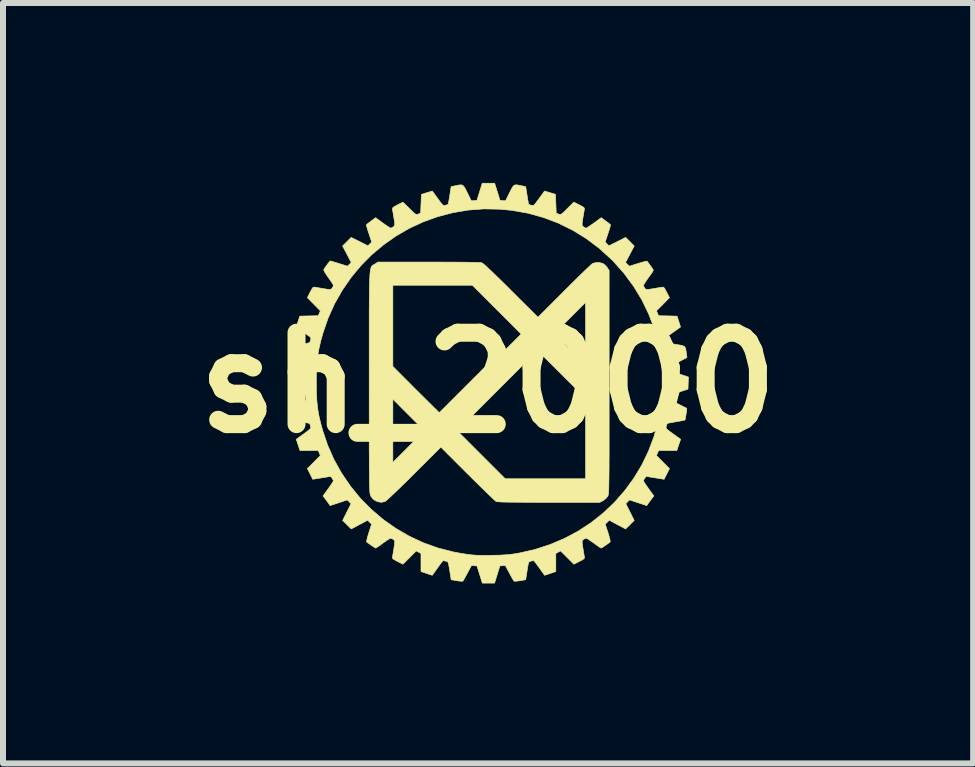
<source format=kicad_pcb>
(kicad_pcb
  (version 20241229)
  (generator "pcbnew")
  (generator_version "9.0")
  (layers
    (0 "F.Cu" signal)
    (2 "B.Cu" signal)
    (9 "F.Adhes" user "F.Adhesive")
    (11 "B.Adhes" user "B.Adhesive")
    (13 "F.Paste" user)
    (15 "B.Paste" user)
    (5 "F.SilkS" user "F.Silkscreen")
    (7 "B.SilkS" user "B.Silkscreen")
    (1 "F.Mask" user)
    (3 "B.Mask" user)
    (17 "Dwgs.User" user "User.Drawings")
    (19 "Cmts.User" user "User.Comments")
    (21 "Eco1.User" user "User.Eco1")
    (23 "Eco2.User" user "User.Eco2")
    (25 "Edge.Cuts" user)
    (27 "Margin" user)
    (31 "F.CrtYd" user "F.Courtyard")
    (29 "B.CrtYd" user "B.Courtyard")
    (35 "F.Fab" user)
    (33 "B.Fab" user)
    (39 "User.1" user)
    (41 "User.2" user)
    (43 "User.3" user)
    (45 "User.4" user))
  (footprint "sh_2000"
    (layer "F.Cu")
    (at 5.087 3.332)
    (property "Reference" "sh_2000" (at 0 0 0) (layer "F.SilkS") (effects (font (size 1.524 1.524) (thickness 0.3))))
    (attr through_hole)
    (fp_poly (pts (xy -0.846 -2.013) (xy -0.708 -2.012) (xy -0.578 -2.012) (xy -0.46 -2.011) (xy -0.355 -2.01) (xy -0.266 -2.008) (xy -0.194 -2.007) (xy -0.142 -2.005) (xy -0.113 -2.003) (xy -0.108 -2.002) (xy -0.09 -1.992) (xy -0.057 -1.965) (xy -0.009 -1.922) (xy 0.054 -1.863) (xy 0.134 -1.786) (xy 0.23 -1.692) (xy 0.343 -1.581) (xy 0.381 -1.542) (xy 0.832 -1.093) (xy 1.27 -1.531) (xy 1.358 -1.619) (xy 1.442 -1.702) (xy 1.519 -1.778) (xy 1.588 -1.845) (xy 1.646 -1.901) (xy 1.693 -1.945) (xy 1.725 -1.975) (xy 1.742 -1.988) (xy 1.742 -1.988) (xy 1.792 -2.003) (xy 1.85 -2.005) (xy 1.904 -1.993) (xy 1.918 -1.987) (xy 1.949 -1.964) (xy 1.98 -1.931) (xy 1.987 -1.921) (xy 2.019 -1.874) (xy 2.019 -0.013) (xy 2.019 0.241) (xy 2.019 0.471) (xy 2.019 0.678) (xy 2.019 0.864) (xy 2.019 1.029) (xy 2.019 1.174) (xy 2.018 1.302) (xy 2.018 1.413) (xy 2.017 1.509) (xy 2.016 1.59) (xy 2.015 1.658) (xy 2.014 1.715) (xy 2.013 1.761) (xy 2.011 1.797) (xy 2.009 1.826) (xy 2.007 1.848) (xy 2.005 1.864) (xy 2.002 1.876) (xy 1.999 1.885) (xy 1.996 1.891) (xy 1.996 1.892) (xy 1.965 1.93) (xy 1.922 1.963) (xy 1.918 1.965) (xy 1.863 1.994) (xy 1.013 1.994) (xy 0.824 1.994) (xy 0.66 1.993) (xy 0.519 1.992) (xy 0.402 1.991) (xy 0.307 1.99) (xy 0.233 1.988) (xy 0.181 1.985) (xy 0.148 1.983) (xy 0.136 1.98) (xy 0.121 1.968) (xy 0.091 1.941) (xy 0.046 1.898) (xy -0.011 1.844) (xy -0.078 1.778) (xy -0.154 1.703) (xy -0.238 1.621) (xy -0.326 1.533) (xy -0.34 1.52) (xy -0.787 1.073) (xy -1.235 1.52) (xy -1.324 1.609) (xy -1.409 1.692) (xy -1.487 1.768) (xy -1.557 1.835) (xy -1.617 1.892) (xy -1.665 1.936) (xy -1.699 1.966) (xy -1.717 1.98) (xy -1.719 1.98) (xy -1.777 1.993) (xy -1.835 1.984) (xy -1.876 1.967) (xy -1.924 1.934) (xy -1.955 1.887) (xy -1.959 1.88) (xy -1.962 1.871) (xy -1.965 1.861) (xy -1.967 1.848) (xy -1.97 1.83) (xy -1.972 1.806) (xy -1.974 1.776) (xy -1.975 1.737) (xy -1.976 1.689) (xy -1.978 1.631) (xy -1.978 1.56) (xy -1.979 1.476) (xy -1.98 1.378) (xy -1.98 1.327) (xy -1.587 1.327) (xy -1.324 1.064) (xy -1.061 0.8) (xy -1.061 0.8) (xy -0.514 0.8) (xy -0.114 1.2) (xy 0.286 1.6) (xy 1.626 1.6) (xy 1.626 0.26) (xy 1.226 -0.14) (xy 0.825 -0.54) (xy 0.156 0.13) (xy -0.514 0.8) (xy -1.061 0.8) (xy -1.324 0.537) (xy -1.587 0.273) (xy -1.587 1.327) (xy -1.98 1.327) (xy -1.98 1.264) (xy -1.981 1.133) (xy -1.981 0.984) (xy -1.981 0.816) (xy -1.981 0.627) (xy -1.981 0.415) (xy -1.981 0.181) (xy -1.981 -0.012) (xy -1.981 -0.269) (xy -1.981 -0.502) (xy -1.981 -0.713) (xy -1.981 -0.901) (xy -1.981 -1.069) (xy -1.981 -1.218) (xy -1.98 -1.349) (xy -1.979 -1.463) (xy -1.978 -1.561) (xy -1.976 -1.626) (xy -1.587 -1.626) (xy -1.587 -0.273) (xy -1.191 0.124) (xy -1.108 0.206) (xy -1.031 0.283) (xy -0.961 0.352) (xy -0.901 0.412) (xy -0.851 0.46) (xy -0.815 0.496) (xy -0.793 0.516) (xy -0.787 0.521) (xy -0.778 0.512) (xy -0.751 0.487) (xy -0.71 0.446) (xy -0.655 0.392) (xy -0.587 0.325) (xy -0.509 0.247) (xy -0.421 0.16) (xy -0.325 0.065) (xy -0.223 -0.038) (xy -0.115 -0.145) (xy -0.114 -0.146) (xy 0.552 -0.813) (xy 0.546 -0.819) (xy 1.105 -0.819) (xy 1.362 -0.562) (xy 1.428 -0.496) (xy 1.488 -0.436) (xy 1.54 -0.385) (xy 1.581 -0.345) (xy 1.609 -0.317) (xy 1.622 -0.305) (xy 1.622 -0.305) (xy 1.623 -0.317) (xy 1.624 -0.352) (xy 1.624 -0.407) (xy 1.625 -0.48) (xy 1.625 -0.567) (xy 1.625 -0.666) (xy 1.626 -0.775) (xy 1.626 -0.822) (xy 1.626 -1.34) (xy 1.365 -1.079) (xy 1.105 -0.819) (xy 0.546 -0.819) (xy -0.26 -1.626) (xy -0.924 -1.626) (xy -1.587 -1.626) (xy -1.976 -1.626) (xy -1.976 -1.645) (xy -1.974 -1.716) (xy -1.971 -1.774) (xy -1.968 -1.822) (xy -1.964 -1.861) (xy -1.959 -1.891) (xy -1.953 -1.914) (xy -1.947 -1.931) (xy -1.94 -1.944) (xy -1.931 -1.953) (xy -1.922 -1.96) (xy -1.912 -1.966) (xy -1.9 -1.972) (xy -1.888 -1.979) (xy -1.837 -2.013) (xy -0.992 -2.013) (xy -0.846 -2.013)) (stroke (width 0.01) (type solid)) (fill yes) (layer "F.SilkS"))
    (fp_poly (pts (xy 0.155 -3.185) (xy 0.199 -3.042) (xy 0.245 -3.038) (xy 0.292 -3.034) (xy 0.358 -3.168) (xy 0.388 -3.227) (xy 0.411 -3.267) (xy 0.431 -3.29) (xy 0.456 -3.3) (xy 0.488 -3.299) (xy 0.534 -3.29) (xy 0.559 -3.285) (xy 0.628 -3.27) (xy 0.651 -3.125) (xy 0.66 -3.068) (xy 0.668 -3.02) (xy 0.675 -2.988) (xy 0.678 -2.975) (xy 0.692 -2.969) (xy 0.72 -2.96) (xy 0.722 -2.96) (xy 0.739 -2.956) (xy 0.753 -2.957) (xy 0.768 -2.966) (xy 0.788 -2.987) (xy 0.815 -3.023) (xy 0.852 -3.073) (xy 0.942 -3.197) (xy 1.033 -3.17) (xy 1.124 -3.142) (xy 1.137 -2.83) (xy 1.175 -2.813) (xy 1.191 -2.807) (xy 1.206 -2.806) (xy 1.222 -2.813) (xy 1.245 -2.831) (xy 1.278 -2.861) (xy 1.322 -2.905) (xy 1.431 -3.012) (xy 1.522 -2.966) (xy 1.568 -2.942) (xy 1.595 -2.925) (xy 1.606 -2.91) (xy 1.607 -2.895) (xy 1.607 -2.892) (xy 1.602 -2.868) (xy 1.595 -2.825) (xy 1.586 -2.772) (xy 1.581 -2.743) (xy 1.573 -2.687) (xy 1.568 -2.651) (xy 1.569 -2.629) (xy 1.574 -2.615) (xy 1.585 -2.605) (xy 1.591 -2.601) (xy 1.616 -2.584) (xy 1.633 -2.578) (xy 1.649 -2.585) (xy 1.68 -2.605) (xy 1.722 -2.633) (xy 1.768 -2.665) (xy 1.888 -2.753) (xy 1.962 -2.697) (xy 1.999 -2.67) (xy 2.027 -2.648) (xy 2.041 -2.637) (xy 2.041 -2.636) (xy 2.04 -2.623) (xy 2.032 -2.59) (xy 2.018 -2.543) (xy 2 -2.489) (xy 1.953 -2.347) (xy 1.984 -2.315) (xy 2.016 -2.284) (xy 2.155 -2.354) (xy 2.295 -2.424) (xy 2.438 -2.281) (xy 2.365 -2.144) (xy 2.293 -2.006) (xy 2.356 -1.944) (xy 2.5 -1.989) (xy 2.556 -2.006) (xy 2.604 -2.019) (xy 2.636 -2.027) (xy 2.65 -2.028) (xy 2.666 -2.009) (xy 2.689 -1.978) (xy 2.714 -1.943) (xy 2.737 -1.909) (xy 2.752 -1.885) (xy 2.756 -1.876) (xy 2.749 -1.861) (xy 2.73 -1.831) (xy 2.701 -1.79) (xy 2.673 -1.752) (xy 2.64 -1.705) (xy 2.613 -1.664) (xy 2.596 -1.635) (xy 2.591 -1.623) (xy 2.599 -1.601) (xy 2.613 -1.578) (xy 2.621 -1.568) (xy 2.629 -1.561) (xy 2.641 -1.557) (xy 2.66 -1.557) (xy 2.69 -1.559) (xy 2.734 -1.566) (xy 2.795 -1.576) (xy 2.877 -1.59) (xy 2.899 -1.594) (xy 2.917 -1.595) (xy 2.932 -1.588) (xy 2.947 -1.569) (xy 2.966 -1.534) (xy 2.979 -1.509) (xy 3.025 -1.419) (xy 2.917 -1.309) (xy 2.808 -1.2) (xy 2.826 -1.159) (xy 2.843 -1.118) (xy 2.998 -1.115) (xy 3.152 -1.111) (xy 3.181 -1.021) (xy 3.209 -0.93) (xy 3.091 -0.845) (xy 3.043 -0.811) (xy 3.004 -0.781) (xy 2.977 -0.76) (xy 2.967 -0.752) (xy 2.967 -0.734) (xy 2.973 -0.705) (xy 2.974 -0.703) (xy 2.979 -0.687) (xy 2.987 -0.675) (xy 3.002 -0.666) (xy 3.029 -0.658) (xy 3.073 -0.65) (xy 3.133 -0.64) (xy 3.198 -0.629) (xy 3.242 -0.62) (xy 3.27 -0.608) (xy 3.287 -0.589) (xy 3.297 -0.559) (xy 3.304 -0.515) (xy 3.308 -0.485) (xy 3.317 -0.422) (xy 3.182 -0.35) (xy 3.126 -0.319) (xy 3.088 -0.297) (xy 3.065 -0.28) (xy 3.053 -0.266) (xy 3.049 -0.25) (xy 3.048 -0.235) (xy 3.048 -0.192) (xy 3.341 -0.096) (xy 3.337 0.005) (xy 3.334 0.106) (xy 3.194 0.152) (xy 3.054 0.199) (xy 3.05 0.245) (xy 3.047 0.291) (xy 3.177 0.357) (xy 3.229 0.383) (xy 3.273 0.405) (xy 3.302 0.42) (xy 3.313 0.426) (xy 3.313 0.439) (xy 3.31 0.47) (xy 3.304 0.511) (xy 3.297 0.554) (xy 3.291 0.591) (xy 3.285 0.615) (xy 3.283 0.62) (xy 3.269 0.625) (xy 3.235 0.632) (xy 3.186 0.641) (xy 3.134 0.65) (xy 3.077 0.66) (xy 3.03 0.669) (xy 2.999 0.675) (xy 2.988 0.678) (xy 2.982 0.692) (xy 2.973 0.72) (xy 2.972 0.722) (xy 2.968 0.739) (xy 2.969 0.753) (xy 2.979 0.768) (xy 3 0.788) (xy 3.035 0.815) (xy 3.086 0.852) (xy 3.211 0.942) (xy 3.147 1.13) (xy 2.844 1.13) (xy 2.808 1.213) (xy 3.025 1.431) (xy 2.98 1.52) (xy 2.935 1.609) (xy 2.786 1.585) (xy 2.636 1.561) (xy 2.614 1.59) (xy 2.597 1.616) (xy 2.591 1.633) (xy 2.598 1.649) (xy 2.617 1.68) (xy 2.646 1.722) (xy 2.678 1.767) (xy 2.765 1.887) (xy 2.725 1.938) (xy 2.698 1.975) (xy 2.674 2.008) (xy 2.666 2.019) (xy 2.647 2.048) (xy 2.503 2.001) (xy 2.359 1.953) (xy 2.328 1.984) (xy 2.297 2.016) (xy 2.367 2.155) (xy 2.437 2.295) (xy 2.294 2.437) (xy 2.157 2.365) (xy 2.021 2.292) (xy 1.954 2.358) (xy 2.001 2.501) (xy 2.018 2.558) (xy 2.03 2.605) (xy 2.037 2.639) (xy 2.036 2.654) (xy 2.012 2.672) (xy 1.979 2.696) (xy 1.943 2.721) (xy 1.912 2.742) (xy 1.891 2.754) (xy 1.886 2.756) (xy 1.873 2.749) (xy 1.843 2.73) (xy 1.803 2.701) (xy 1.764 2.673) (xy 1.717 2.64) (xy 1.677 2.613) (xy 1.648 2.596) (xy 1.636 2.591) (xy 1.614 2.599) (xy 1.591 2.613) (xy 1.578 2.624) (xy 1.571 2.636) (xy 1.569 2.655) (xy 1.571 2.686) (xy 1.578 2.734) (xy 1.582 2.756) (xy 1.591 2.812) (xy 1.599 2.86) (xy 1.605 2.895) (xy 1.607 2.905) (xy 1.607 2.921) (xy 1.598 2.935) (xy 1.574 2.952) (xy 1.531 2.974) (xy 1.522 2.979) (xy 1.431 3.025) (xy 1.321 2.915) (xy 1.21 2.804) (xy 1.13 2.845) (xy 1.13 3.147) (xy 1.037 3.179) (xy 0.943 3.21) (xy 0.858 3.091) (xy 0.824 3.044) (xy 0.794 3.004) (xy 0.773 2.977) (xy 0.764 2.967) (xy 0.747 2.967) (xy 0.718 2.973) (xy 0.716 2.974) (xy 0.701 2.977) (xy 0.69 2.982) (xy 0.682 2.991) (xy 0.675 3.007) (xy 0.668 3.035) (xy 0.66 3.078) (xy 0.651 3.138) (xy 0.638 3.219) (xy 0.628 3.283) (xy 0.535 3.3) (xy 0.488 3.306) (xy 0.452 3.309) (xy 0.432 3.307) (xy 0.431 3.306) (xy 0.422 3.291) (xy 0.403 3.259) (xy 0.378 3.214) (xy 0.355 3.171) (xy 0.289 3.047) (xy 0.243 3.05) (xy 0.197 3.054) (xy 0.153 3.197) (xy 0.109 3.34) (xy 0.007 3.34) (xy -0.095 3.34) (xy -0.14 3.197) (xy -0.185 3.054) (xy -0.23 3.05) (xy -0.276 3.047) (xy -0.343 3.171) (xy -0.37 3.222) (xy -0.394 3.265) (xy -0.411 3.295) (xy -0.419 3.306) (xy -0.435 3.309) (xy -0.469 3.307) (xy -0.515 3.301) (xy -0.522 3.3) (xy -0.615 3.283) (xy -0.625 3.219) (xy -0.638 3.137) (xy -0.648 3.077) (xy -0.656 3.035) (xy -0.662 3.007) (xy -0.67 2.991) (xy -0.678 2.982) (xy -0.689 2.977) (xy -0.703 2.974) (xy -0.733 2.968) (xy -0.751 2.967) (xy -0.752 2.967) (xy -0.762 2.979) (xy -0.784 3.007) (xy -0.814 3.047) (xy -0.845 3.091) (xy -0.93 3.21) (xy -1.024 3.179) (xy -1.118 3.147) (xy -1.118 2.845) (xy -1.157 2.825) (xy -1.197 2.804) (xy -1.308 2.915) (xy -1.419 3.025) (xy -1.51 2.979) (xy -1.555 2.955) (xy -1.582 2.938) (xy -1.594 2.923) (xy -1.595 2.908) (xy -1.594 2.905) (xy -1.589 2.88) (xy -1.582 2.838) (xy -1.573 2.785) (xy -1.569 2.756) (xy -1.56 2.7) (xy -1.556 2.664) (xy -1.557 2.642) (xy -1.562 2.628) (xy -1.573 2.617) (xy -1.578 2.613) (xy -1.605 2.597) (xy -1.623 2.591) (xy -1.639 2.598) (xy -1.671 2.617) (xy -1.713 2.646) (xy -1.752 2.673) (xy -1.798 2.707) (xy -1.837 2.734) (xy -1.864 2.751) (xy -1.873 2.756) (xy -1.887 2.749) (xy -1.914 2.732) (xy -1.949 2.709) (xy -1.984 2.684) (xy -2.013 2.662) (xy -2.024 2.654) (xy -2.024 2.639) (xy -2.017 2.605) (xy -2.005 2.557) (xy -1.988 2.501) (xy -1.942 2.358) (xy -2.008 2.292) (xy -2.145 2.365) (xy -2.281 2.437) (xy -2.424 2.295) (xy -2.354 2.155) (xy -2.284 2.016) (xy -2.315 1.984) (xy -2.347 1.953) (xy -2.49 2.001) (xy -2.634 2.048) (xy -2.653 2.019) (xy -2.673 1.991) (xy -2.7 1.955) (xy -2.712 1.938) (xy -2.752 1.887) (xy -2.665 1.767) (xy -2.631 1.719) (xy -2.603 1.677) (xy -2.584 1.647) (xy -2.578 1.633) (xy -2.586 1.614) (xy -2.601 1.59) (xy -2.623 1.561) (xy -2.773 1.585) (xy -2.923 1.609) (xy -2.967 1.52) (xy -3.012 1.431) (xy -2.796 1.213) (xy -2.831 1.13) (xy -3.135 1.13) (xy -3.198 0.942) (xy -3.073 0.852) (xy -3.021 0.814) (xy -2.986 0.787) (xy -2.966 0.768) (xy -2.957 0.753) (xy -2.956 0.738) (xy -2.96 0.722) (xy -2.969 0.694) (xy -2.975 0.679) (xy -2.975 0.678) (xy -2.988 0.675) (xy -3.021 0.668) (xy -3.069 0.659) (xy -3.122 0.65) (xy -3.179 0.64) (xy -3.226 0.631) (xy -3.258 0.624) (xy -3.27 0.62) (xy -3.275 0.606) (xy -3.281 0.575) (xy -3.288 0.534) (xy -3.294 0.491) (xy -3.299 0.454) (xy -3.301 0.43) (xy -3.3 0.426) (xy -3.288 0.419) (xy -3.257 0.403) (xy -3.213 0.381) (xy -3.165 0.357) (xy -3.034 0.291) (xy -3.038 0.245) (xy -3.042 0.199) (xy -3.181 0.152) (xy -3.321 0.106) (xy -3.325 0.005) (xy -3.325 0) (xy -2.863 0) (xy -2.861 0.139) (xy -2.857 0.258) (xy -2.848 0.365) (xy -2.835 0.464) (xy -2.817 0.564) (xy -2.792 0.668) (xy -2.76 0.785) (xy -2.76 0.786) (xy -2.675 1.039) (xy -2.568 1.281) (xy -2.44 1.51) (xy -2.293 1.725) (xy -2.129 1.926) (xy -1.947 2.11) (xy -1.75 2.278) (xy -1.539 2.427) (xy -1.315 2.557) (xy -1.08 2.667) (xy -0.834 2.755) (xy -0.578 2.82) (xy -0.451 2.844) (xy -0.374 2.856) (xy -0.31 2.865) (xy -0.254 2.871) (xy -0.199 2.875) (xy -0.141 2.877) (xy -0.073 2.878) (xy 0.011 2.877) (xy 0.089 2.876) (xy 0.194 2.874) (xy 0.282 2.869) (xy 0.359 2.863) (xy 0.433 2.853) (xy 0.511 2.84) (xy 0.514 2.84) (xy 0.78 2.78) (xy 1.034 2.697) (xy 1.277 2.594) (xy 1.507 2.471) (xy 1.723 2.329) (xy 1.924 2.169) (xy 2.11 1.992) (xy 2.278 1.8) (xy 2.429 1.594) (xy 2.562 1.374) (xy 2.674 1.142) (xy 2.766 0.898) (xy 2.837 0.645) (xy 2.884 0.383) (xy 2.906 0.16) (xy 2.91 -0.111) (xy 2.888 -0.378) (xy 2.843 -0.639) (xy 2.774 -0.894) (xy 2.681 -1.141) (xy 2.566 -1.38) (xy 2.428 -1.607) (xy 2.269 -1.823) (xy 2.089 -2.026) (xy 2.057 -2.057) (xy 1.855 -2.241) (xy 1.64 -2.403) (xy 1.413 -2.543) (xy 1.174 -2.661) (xy 0.926 -2.755) (xy 0.668 -2.827) (xy 0.402 -2.874) (xy 0.196 -2.894) (xy -0.072 -2.899) (xy -0.334 -2.879) (xy -0.591 -2.835) (xy -0.841 -2.769) (xy -1.083 -2.682) (xy -1.315 -2.574) (xy -1.536 -2.446) (xy -1.744 -2.299) (xy -1.94 -2.135) (xy -2.12 -1.953) (xy -2.284 -1.755) (xy -2.431 -1.542) (xy -2.56 -1.315) (xy -2.668 -1.074) (xy -2.755 -0.821) (xy -2.755 -0.819) (xy -2.79 -0.695) (xy -2.816 -0.582) (xy -2.836 -0.474) (xy -2.85 -0.363) (xy -2.858 -0.245) (xy -2.862 -0.113) (xy -2.863 0) (xy -3.325 0) (xy -3.328 -0.096) (xy -3.035 -0.192) (xy -3.035 -0.235) (xy -3.036 -0.254) (xy -3.042 -0.269) (xy -3.056 -0.284) (xy -3.082 -0.301) (xy -3.123 -0.325) (xy -3.17 -0.35) (xy -3.304 -0.422) (xy -3.295 -0.485) (xy -3.288 -0.538) (xy -3.28 -0.575) (xy -3.268 -0.599) (xy -3.246 -0.614) (xy -3.21 -0.625) (xy -3.157 -0.634) (xy -3.12 -0.64) (xy -3.057 -0.65) (xy -3.015 -0.658) (xy -2.988 -0.666) (xy -2.974 -0.675) (xy -2.966 -0.687) (xy -2.961 -0.703) (xy -2.955 -0.733) (xy -2.955 -0.751) (xy -2.955 -0.752) (xy -2.966 -0.762) (xy -2.994 -0.784) (xy -3.035 -0.813) (xy -3.078 -0.845) (xy -3.197 -0.93) (xy -3.168 -1.021) (xy -3.139 -1.111) (xy -2.985 -1.115) (xy -2.831 -1.118) (xy -2.813 -1.159) (xy -2.796 -1.2) (xy -2.904 -1.309) (xy -3.012 -1.419) (xy -2.967 -1.509) (xy -2.943 -1.554) (xy -2.926 -1.581) (xy -2.912 -1.593) (xy -2.896 -1.595) (xy -2.886 -1.594) (xy -2.799 -1.579) (xy -2.733 -1.568) (xy -2.686 -1.56) (xy -2.653 -1.557) (xy -2.632 -1.557) (xy -2.619 -1.56) (xy -2.61 -1.566) (xy -2.602 -1.576) (xy -2.601 -1.578) (xy -2.584 -1.605) (xy -2.578 -1.623) (xy -2.585 -1.639) (xy -2.605 -1.671) (xy -2.633 -1.713) (xy -2.662 -1.753) (xy -2.697 -1.804) (xy -2.723 -1.846) (xy -2.737 -1.875) (xy -2.739 -1.886) (xy -2.728 -1.905) (xy -2.707 -1.936) (xy -2.683 -1.97) (xy -2.658 -2.001) (xy -2.639 -2.024) (xy -2.629 -2.032) (xy -2.615 -2.028) (xy -2.582 -2.018) (xy -2.535 -2.004) (xy -2.483 -1.988) (xy -2.343 -1.944) (xy -2.281 -2.006) (xy -2.353 -2.144) (xy -2.425 -2.281) (xy -2.282 -2.424) (xy -2.142 -2.354) (xy -2.003 -2.284) (xy -1.971 -2.315) (xy -1.94 -2.347) (xy -1.987 -2.489) (xy -2.005 -2.544) (xy -2.019 -2.591) (xy -2.027 -2.623) (xy -2.029 -2.636) (xy -2.016 -2.646) (xy -1.989 -2.667) (xy -1.953 -2.694) (xy -1.949 -2.697) (xy -1.875 -2.753) (xy -1.755 -2.665) (xy -1.707 -2.631) (xy -1.665 -2.603) (xy -1.635 -2.585) (xy -1.621 -2.578) (xy -1.601 -2.586) (xy -1.578 -2.601) (xy -1.565 -2.612) (xy -1.558 -2.623) (xy -1.555 -2.642) (xy -1.558 -2.672) (xy -1.565 -2.72) (xy -1.569 -2.743) (xy -1.578 -2.799) (xy -1.586 -2.848) (xy -1.592 -2.882) (xy -1.594 -2.892) (xy -1.594 -2.908) (xy -1.585 -2.922) (xy -1.561 -2.939) (xy -1.519 -2.961) (xy -1.51 -2.966) (xy -1.419 -3.012) (xy -1.309 -2.905) (xy -1.263 -2.859) (xy -1.231 -2.83) (xy -1.209 -2.813) (xy -1.193 -2.806) (xy -1.178 -2.807) (xy -1.162 -2.813) (xy -1.124 -2.83) (xy -1.111 -3.142) (xy -0.929 -3.197) (xy -0.839 -3.073) (xy -0.801 -3.021) (xy -0.774 -2.986) (xy -0.755 -2.966) (xy -0.74 -2.957) (xy -0.726 -2.956) (xy -0.709 -2.96) (xy -0.681 -2.969) (xy -0.665 -2.975) (xy -0.665 -2.975) (xy -0.662 -2.989) (xy -0.655 -3.023) (xy -0.647 -3.071) (xy -0.638 -3.125) (xy -0.616 -3.27) (xy -0.546 -3.285) (xy -0.493 -3.296) (xy -0.455 -3.3) (xy -0.428 -3.296) (xy -0.407 -3.279) (xy -0.385 -3.246) (xy -0.359 -3.196) (xy -0.345 -3.168) (xy -0.279 -3.034) (xy -0.232 -3.038) (xy -0.185 -3.042) (xy -0.097 -3.327) (xy 0.11 -3.327) (xy 0.155 -3.185)) (stroke (width 0.01) (type solid)) (fill yes) (layer "F.SilkS")))
  (gr_rect
    (start -3 -3)
    (end 13.175 9.678)
    (stroke (width 0.1) (type default))
    (fill no)
    (layer "Edge.Cuts")))
</source>
